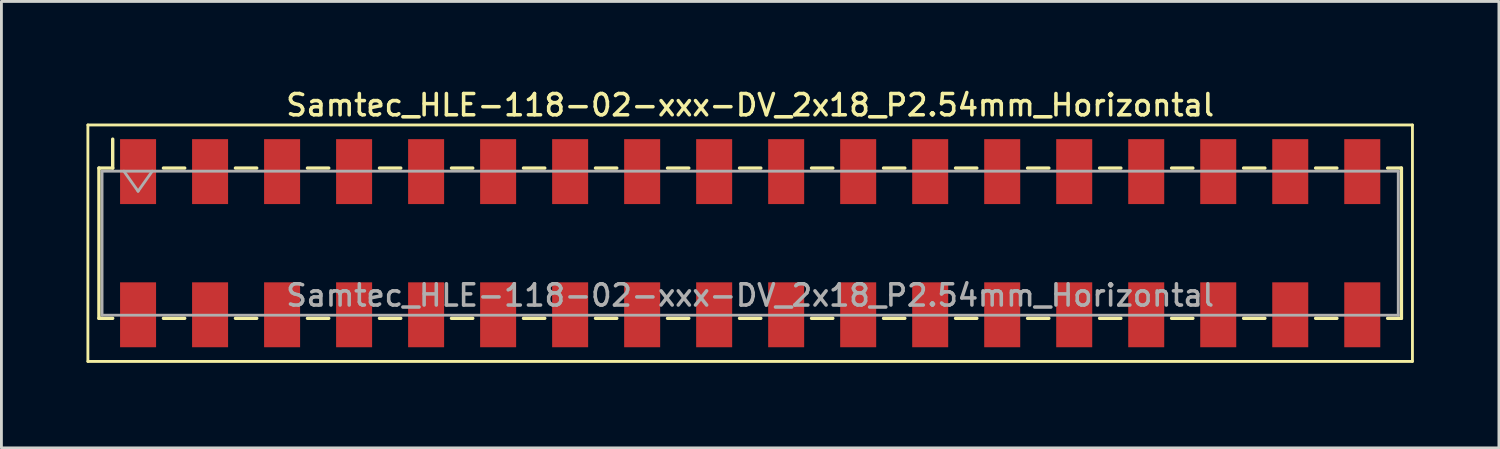
<source format=kicad_pcb>
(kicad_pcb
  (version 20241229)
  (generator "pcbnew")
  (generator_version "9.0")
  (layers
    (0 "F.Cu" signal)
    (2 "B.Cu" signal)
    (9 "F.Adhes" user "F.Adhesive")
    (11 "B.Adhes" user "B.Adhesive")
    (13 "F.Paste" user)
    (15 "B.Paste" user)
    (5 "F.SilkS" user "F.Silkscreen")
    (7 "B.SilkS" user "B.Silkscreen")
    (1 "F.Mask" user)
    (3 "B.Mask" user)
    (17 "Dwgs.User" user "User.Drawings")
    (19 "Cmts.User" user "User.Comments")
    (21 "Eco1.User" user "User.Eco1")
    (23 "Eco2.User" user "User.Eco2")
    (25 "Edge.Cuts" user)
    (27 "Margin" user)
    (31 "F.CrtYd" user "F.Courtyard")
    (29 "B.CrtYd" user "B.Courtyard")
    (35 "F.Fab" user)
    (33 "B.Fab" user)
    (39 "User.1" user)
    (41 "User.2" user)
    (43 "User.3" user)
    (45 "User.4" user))
  (footprint "Samtec_HLE-118-02-xxx-DV_2x18_P2.54mm_Horizontal"
    (layer "F.Cu")
    (at 23.41 5.528)
    (property "Reference" "Samtec_HLE-118-02-xxx-DV_2x18_P2.54mm_Horizontal" (at 0 -4.87 0) (layer "F.SilkS") (effects (font (size 0.75 0.75) (thickness 0.125))))
    (attr smd)
    (fp_line (start -23.36 -4.17) (end 23.36 -4.17) (stroke (width 0.1) (type solid)) (layer "F.SilkS"))
    (fp_line (start -23.36 4.17) (end -23.36 -4.17) (stroke (width 0.1) (type solid)) (layer "F.SilkS"))
    (fp_line (start -22.97 -2.65) (end -22.97 2.65) (stroke (width 0.12) (type solid)) (layer "F.SilkS"))
    (fp_line (start -22.97 2.65) (end -22.485 2.65) (stroke (width 0.12) (type solid)) (layer "F.SilkS"))
    (fp_line (start -22.485 -3.67) (end -22.485 -2.65) (stroke (width 0.12) (type solid)) (layer "F.SilkS"))
    (fp_line (start -22.485 -2.65) (end -22.97 -2.65) (stroke (width 0.12) (type solid)) (layer "F.SilkS"))
    (fp_line (start -20.695 -2.65) (end -19.945 -2.65) (stroke (width 0.12) (type solid)) (layer "F.SilkS"))
    (fp_line (start -20.695 2.65) (end -19.945 2.65) (stroke (width 0.12) (type solid)) (layer "F.SilkS"))
    (fp_line (start -18.155 -2.65) (end -17.405 -2.65) (stroke (width 0.12) (type solid)) (layer "F.SilkS"))
    (fp_line (start -18.155 2.65) (end -17.405 2.65) (stroke (width 0.12) (type solid)) (layer "F.SilkS"))
    (fp_line (start -15.615 -2.65) (end -14.865 -2.65) (stroke (width 0.12) (type solid)) (layer "F.SilkS"))
    (fp_line (start -15.615 2.65) (end -14.865 2.65) (stroke (width 0.12) (type solid)) (layer "F.SilkS"))
    (fp_line (start -13.075 -2.65) (end -12.325 -2.65) (stroke (width 0.12) (type solid)) (layer "F.SilkS"))
    (fp_line (start -13.075 2.65) (end -12.325 2.65) (stroke (width 0.12) (type solid)) (layer "F.SilkS"))
    (fp_line (start -10.535 -2.65) (end -9.785 -2.65) (stroke (width 0.12) (type solid)) (layer "F.SilkS"))
    (fp_line (start -10.535 2.65) (end -9.785 2.65) (stroke (width 0.12) (type solid)) (layer "F.SilkS"))
    (fp_line (start -7.995 -2.65) (end -7.245 -2.65) (stroke (width 0.12) (type solid)) (layer "F.SilkS"))
    (fp_line (start -7.995 2.65) (end -7.245 2.65) (stroke (width 0.12) (type solid)) (layer "F.SilkS"))
    (fp_line (start -5.455 -2.65) (end -4.705 -2.65) (stroke (width 0.12) (type solid)) (layer "F.SilkS"))
    (fp_line (start -5.455 2.65) (end -4.705 2.65) (stroke (width 0.12) (type solid)) (layer "F.SilkS"))
    (fp_line (start -2.915 -2.65) (end -2.165 -2.65) (stroke (width 0.12) (type solid)) (layer "F.SilkS"))
    (fp_line (start -2.915 2.65) (end -2.165 2.65) (stroke (width 0.12) (type solid)) (layer "F.SilkS"))
    (fp_line (start -0.375 -2.65) (end 0.375 -2.65) (stroke (width 0.12) (type solid)) (layer "F.SilkS"))
    (fp_line (start -0.375 2.65) (end 0.375 2.65) (stroke (width 0.12) (type solid)) (layer "F.SilkS"))
    (fp_line (start 2.165 -2.65) (end 2.915 -2.65) (stroke (width 0.12) (type solid)) (layer "F.SilkS"))
    (fp_line (start 2.165 2.65) (end 2.915 2.65) (stroke (width 0.12) (type solid)) (layer "F.SilkS"))
    (fp_line (start 4.705 -2.65) (end 5.455 -2.65) (stroke (width 0.12) (type solid)) (layer "F.SilkS"))
    (fp_line (start 4.705 2.65) (end 5.455 2.65) (stroke (width 0.12) (type solid)) (layer "F.SilkS"))
    (fp_line (start 7.245 -2.65) (end 7.995 -2.65) (stroke (width 0.12) (type solid)) (layer "F.SilkS"))
    (fp_line (start 7.245 2.65) (end 7.995 2.65) (stroke (width 0.12) (type solid)) (layer "F.SilkS"))
    (fp_line (start 9.785 -2.65) (end 10.535 -2.65) (stroke (width 0.12) (type solid)) (layer "F.SilkS"))
    (fp_line (start 9.785 2.65) (end 10.535 2.65) (stroke (width 0.12) (type solid)) (layer "F.SilkS"))
    (fp_line (start 12.325 -2.65) (end 13.075 -2.65) (stroke (width 0.12) (type solid)) (layer "F.SilkS"))
    (fp_line (start 12.325 2.65) (end 13.075 2.65) (stroke (width 0.12) (type solid)) (layer "F.SilkS"))
    (fp_line (start 14.865 -2.65) (end 15.615 -2.65) (stroke (width 0.12) (type solid)) (layer "F.SilkS"))
    (fp_line (start 14.865 2.65) (end 15.615 2.65) (stroke (width 0.12) (type solid)) (layer "F.SilkS"))
    (fp_line (start 17.405 -2.65) (end 18.155 -2.65) (stroke (width 0.12) (type solid)) (layer "F.SilkS"))
    (fp_line (start 17.405 2.65) (end 18.155 2.65) (stroke (width 0.12) (type solid)) (layer "F.SilkS"))
    (fp_line (start 19.945 -2.65) (end 20.695 -2.65) (stroke (width 0.12) (type solid)) (layer "F.SilkS"))
    (fp_line (start 19.945 2.65) (end 20.695 2.65) (stroke (width 0.12) (type solid)) (layer "F.SilkS"))
    (fp_line (start 22.485 -2.65) (end 22.97 -2.65) (stroke (width 0.12) (type solid)) (layer "F.SilkS"))
    (fp_line (start 22.97 -2.65) (end 22.97 2.65) (stroke (width 0.12) (type solid)) (layer "F.SilkS"))
    (fp_line (start 22.97 2.65) (end 22.485 2.65) (stroke (width 0.12) (type solid)) (layer "F.SilkS"))
    (fp_line (start 23.36 -4.17) (end 23.36 4.17) (stroke (width 0.1) (type solid)) (layer "F.SilkS"))
    (fp_line (start 23.36 4.17) (end -23.36 4.17) (stroke (width 0.1) (type solid)) (layer "F.SilkS"))
    (fp_line (start -22.86 -2.54) (end 22.86 -2.54) (stroke (width 0.1) (type solid)) (layer "F.Fab"))
    (fp_line (start -22.86 2.54) (end -22.86 -2.54) (stroke (width 0.1) (type solid)) (layer "F.Fab"))
    (fp_line (start -22.09 -2.54) (end -21.59 -1.833) (stroke (width 0.1) (type solid)) (layer "F.Fab"))
    (fp_line (start -21.59 -1.833) (end -21.09 -2.54) (stroke (width 0.1) (type solid)) (layer "F.Fab"))
    (fp_line (start 22.86 -2.54) (end 22.86 2.54) (stroke (width 0.1) (type solid)) (layer "F.Fab"))
    (fp_line (start 22.86 2.54) (end -22.86 2.54) (stroke (width 0.1) (type solid)) (layer "F.Fab"))
    (fp_text user "${REFERENCE}" (at 0 1.84 0) (layer "F.Fab") (effects (font (size 0.75 0.75) (thickness 0.125))))
    (pad "1" smd rect (at -21.59 -2.525) (size 1.27 2.29) (layers "F.Cu" "F.Mask" "F.Paste"))
    (pad "2" smd rect (at -21.59 2.525) (size 1.27 2.29) (layers "F.Cu" "F.Mask" "F.Paste"))
    (pad "3" smd rect (at -19.05 -2.525) (size 1.27 2.29) (layers "F.Cu" "F.Mask" "F.Paste"))
    (pad "4" smd rect (at -19.05 2.525) (size 1.27 2.29) (layers "F.Cu" "F.Mask" "F.Paste"))
    (pad "5" smd rect (at -16.51 -2.525) (size 1.27 2.29) (layers "F.Cu" "F.Mask" "F.Paste"))
    (pad "6" smd rect (at -16.51 2.525) (size 1.27 2.29) (layers "F.Cu" "F.Mask" "F.Paste"))
    (pad "7" smd rect (at -13.97 -2.525) (size 1.27 2.29) (layers "F.Cu" "F.Mask" "F.Paste"))
    (pad "8" smd rect (at -13.97 2.525) (size 1.27 2.29) (layers "F.Cu" "F.Mask" "F.Paste"))
    (pad "9" smd rect (at -11.43 -2.525) (size 1.27 2.29) (layers "F.Cu" "F.Mask" "F.Paste"))
    (pad "10" smd rect (at -11.43 2.525) (size 1.27 2.29) (layers "F.Cu" "F.Mask" "F.Paste"))
    (pad "11" smd rect (at -8.89 -2.525) (size 1.27 2.29) (layers "F.Cu" "F.Mask" "F.Paste"))
    (pad "12" smd rect (at -8.89 2.525) (size 1.27 2.29) (layers "F.Cu" "F.Mask" "F.Paste"))
    (pad "13" smd rect (at -6.35 -2.525) (size 1.27 2.29) (layers "F.Cu" "F.Mask" "F.Paste"))
    (pad "14" smd rect (at -6.35 2.525) (size 1.27 2.29) (layers "F.Cu" "F.Mask" "F.Paste"))
    (pad "15" smd rect (at -3.81 -2.525) (size 1.27 2.29) (layers "F.Cu" "F.Mask" "F.Paste"))
    (pad "16" smd rect (at -3.81 2.525) (size 1.27 2.29) (layers "F.Cu" "F.Mask" "F.Paste"))
    (pad "17" smd rect (at -1.27 -2.525) (size 1.27 2.29) (layers "F.Cu" "F.Mask" "F.Paste"))
    (pad "18" smd rect (at -1.27 2.525) (size 1.27 2.29) (layers "F.Cu" "F.Mask" "F.Paste"))
    (pad "19" smd rect (at 1.27 -2.525) (size 1.27 2.29) (layers "F.Cu" "F.Mask" "F.Paste"))
    (pad "20" smd rect (at 1.27 2.525) (size 1.27 2.29) (layers "F.Cu" "F.Mask" "F.Paste"))
    (pad "21" smd rect (at 3.81 -2.525) (size 1.27 2.29) (layers "F.Cu" "F.Mask" "F.Paste"))
    (pad "22" smd rect (at 3.81 2.525) (size 1.27 2.29) (layers "F.Cu" "F.Mask" "F.Paste"))
    (pad "23" smd rect (at 6.35 -2.525) (size 1.27 2.29) (layers "F.Cu" "F.Mask" "F.Paste"))
    (pad "24" smd rect (at 6.35 2.525) (size 1.27 2.29) (layers "F.Cu" "F.Mask" "F.Paste"))
    (pad "25" smd rect (at 8.89 -2.525) (size 1.27 2.29) (layers "F.Cu" "F.Mask" "F.Paste"))
    (pad "26" smd rect (at 8.89 2.525) (size 1.27 2.29) (layers "F.Cu" "F.Mask" "F.Paste"))
    (pad "27" smd rect (at 11.43 -2.525) (size 1.27 2.29) (layers "F.Cu" "F.Mask" "F.Paste"))
    (pad "28" smd rect (at 11.43 2.525) (size 1.27 2.29) (layers "F.Cu" "F.Mask" "F.Paste"))
    (pad "29" smd rect (at 13.97 -2.525) (size 1.27 2.29) (layers "F.Cu" "F.Mask" "F.Paste"))
    (pad "30" smd rect (at 13.97 2.525) (size 1.27 2.29) (layers "F.Cu" "F.Mask" "F.Paste"))
    (pad "31" smd rect (at 16.51 -2.525) (size 1.27 2.29) (layers "F.Cu" "F.Mask" "F.Paste"))
    (pad "32" smd rect (at 16.51 2.525) (size 1.27 2.29) (layers "F.Cu" "F.Mask" "F.Paste"))
    (pad "33" smd rect (at 19.05 -2.525) (size 1.27 2.29) (layers "F.Cu" "F.Mask" "F.Paste"))
    (pad "34" smd rect (at 19.05 2.525) (size 1.27 2.29) (layers "F.Cu" "F.Mask" "F.Paste"))
    (pad "35" smd rect (at 21.59 -2.525) (size 1.27 2.29) (layers "F.Cu" "F.Mask" "F.Paste"))
    (pad "36" smd rect (at 21.59 2.525) (size 1.27 2.29) (layers "F.Cu" "F.Mask" "F.Paste")))
  (gr_rect
    (start -3 -3)
    (end 49.82 12.748)
    (stroke (width 0.1) (type default))
    (fill no)
    (layer "Edge.Cuts")))
</source>
